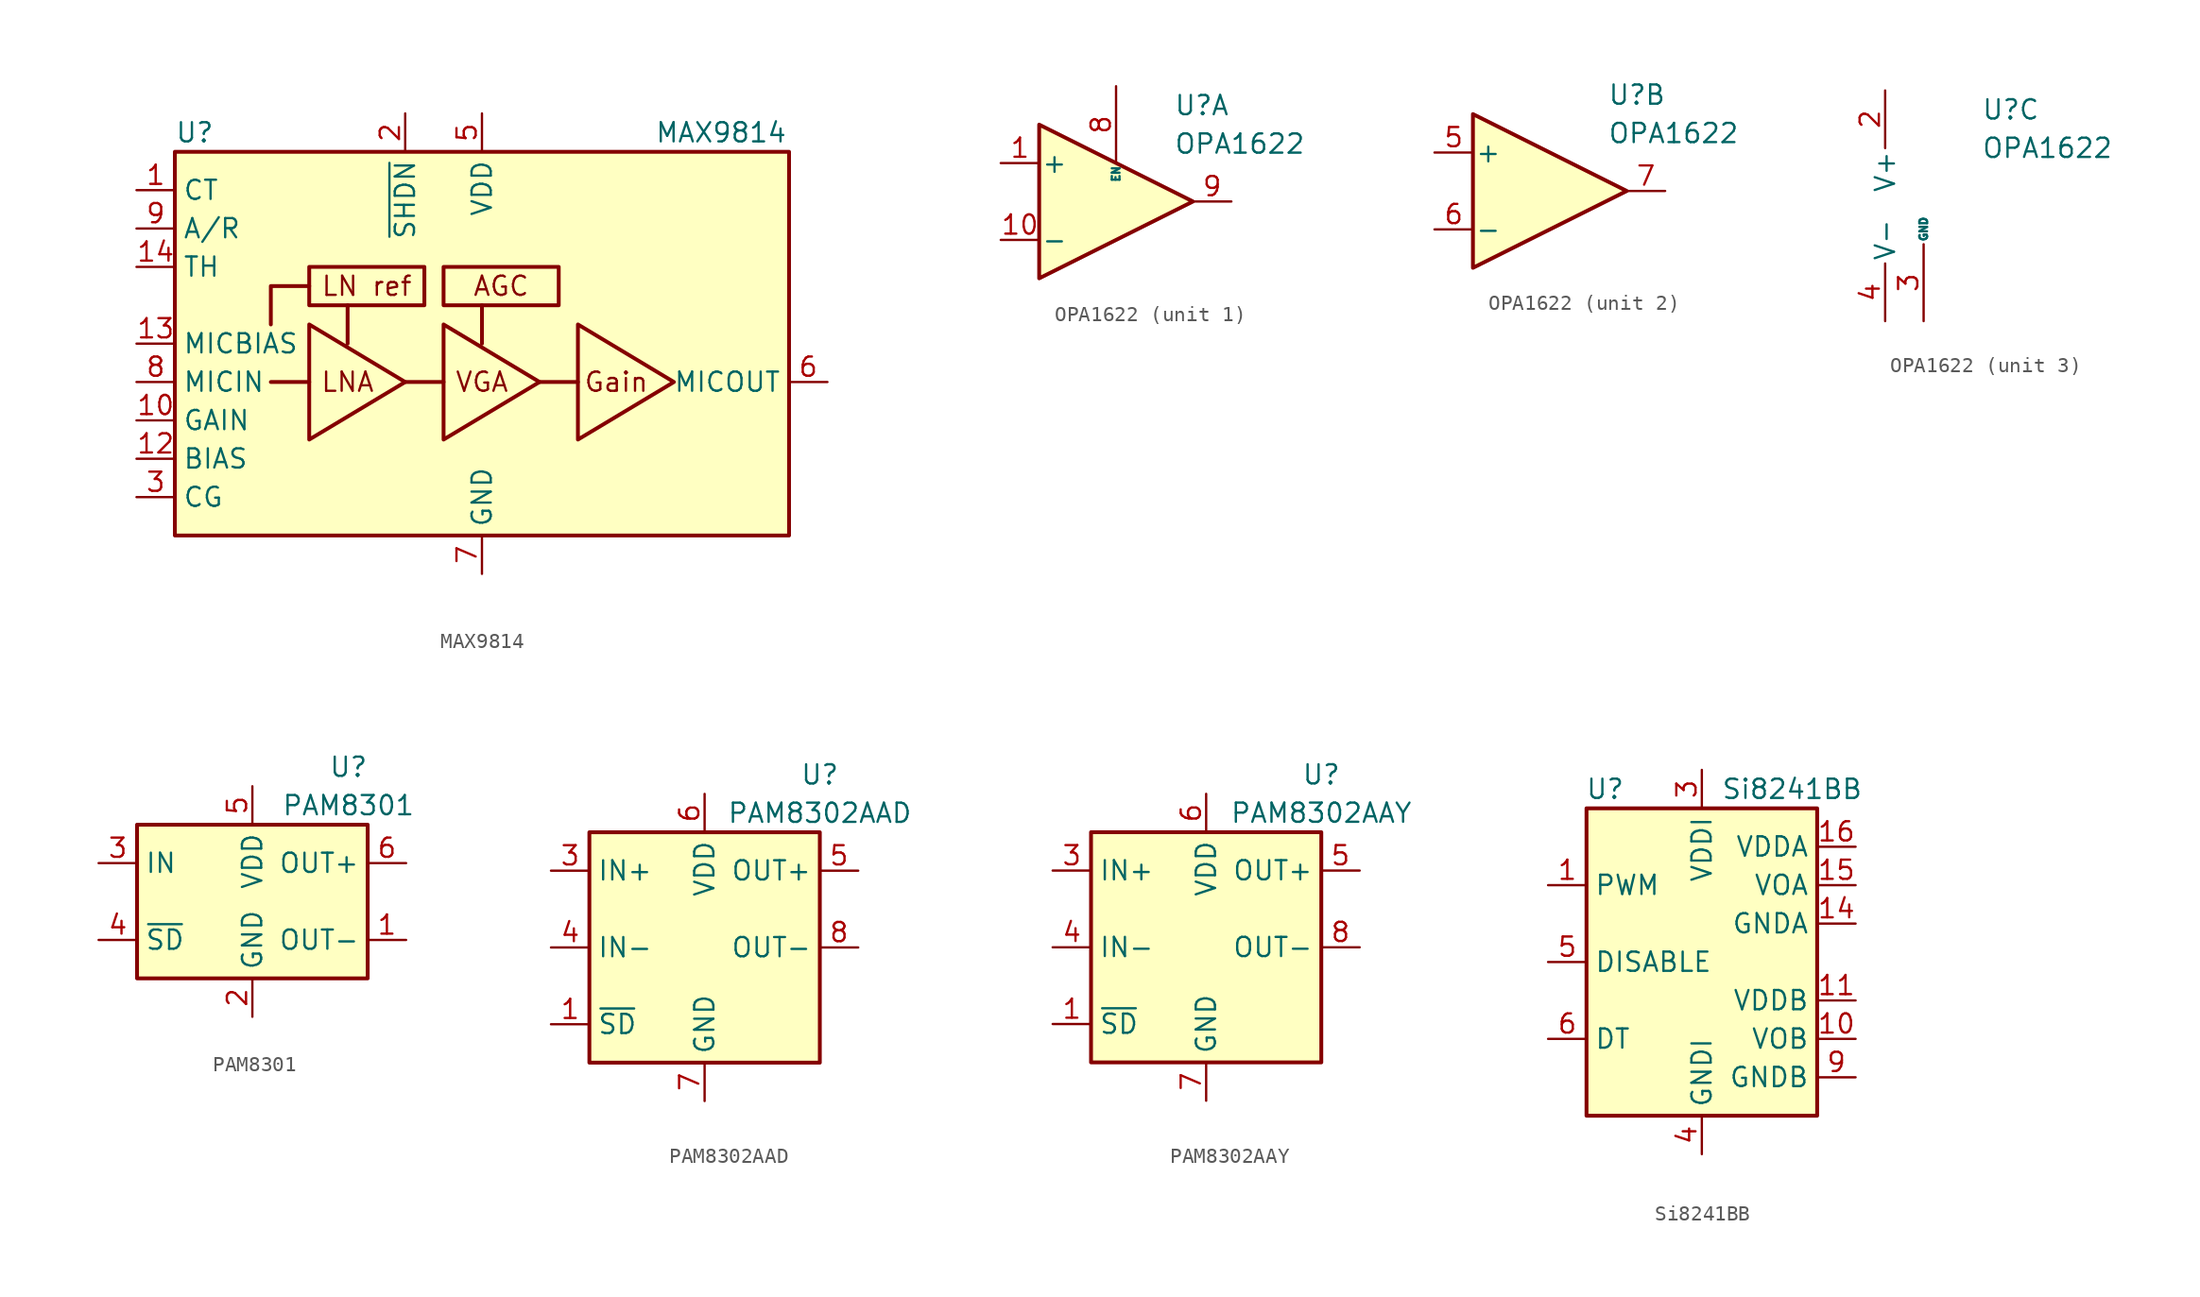
<source format=kicad_sym>
(kicad_symbol_lib
  (version 20241209)
  (generator "kicad_symbol_editor")
  (generator_version "9.0")
  (symbol "MAX9814"
    (property "Reference" "U"
      (at -20.32 13.97 0)
      (effects (font (size 1.27 1.27)) (justify left)))
    (property "Value" "MAX9814"
      (at 11.43 13.97 0)
      (effects (font (size 1.27 1.27)) (justify left)))
    (symbol "MAX9814_0_0"
      (rectangle (start -11.43 5.08) (end -3.81 2.54) (stroke (width 0.254) (type solid)) (fill (type none)))
      (polyline (pts (xy -11.43 3.81) (xy -13.97 3.81) (xy -13.97 1.27)) (stroke (width 0.254) (type solid)) (fill (type none)))
      (polyline (pts (xy -11.43 -2.54) (xy -13.97 -2.54)) (stroke (width 0.254) (type solid)) (fill (type none)))
      (polyline (pts (xy -8.89 2.54) (xy -8.89 0)) (stroke (width 0.254) (type solid)) (fill (type none)))
      (polyline (pts (xy -5.08 -2.54) (xy -11.43 1.27) (xy -11.43 -6.35) (xy -5.08 -2.54)) (stroke (width 0.254) (type solid)) (fill (type none)))
      (rectangle (start -2.54 5.08) (end 5.08 2.54) (stroke (width 0.254) (type solid)) (fill (type none)))
      (polyline (pts (xy -2.54 -2.54) (xy -5.08 -2.54)) (stroke (width 0.254) (type solid)) (fill (type none)))
      (polyline (pts (xy 0 2.54) (xy 0 0)) (stroke (width 0.254) (type solid)) (fill (type none)))
      (polyline (pts (xy 3.81 -2.54) (xy 6.35 -2.54)) (stroke (width 0.254) (type solid)) (fill (type none)))
      (polyline (pts (xy 3.81 -2.54) (xy -2.54 1.27) (xy -2.54 -6.35) (xy 3.81 -2.54)) (stroke (width 0.254) (type solid)) (fill (type none)))
      (polyline (pts (xy 12.7 -2.54) (xy 6.35 1.27) (xy 6.35 -6.35) (xy 12.7 -2.54)) (stroke (width 0.254) (type solid)) (fill (type none)))
      (text "LNA" (at -8.89 -2.54 0) (effects (font (size 1.27 1.27))))
      (text "LN ref" (at -7.62 3.81 0) (effects (font (size 1.27 1.27))))
      (text "VGA" (at 0 -2.54 0) (effects (font (size 1.27 1.27))))
      (text "AGC" (at 1.27 3.81 0) (effects (font (size 1.27 1.27))))
      (text "Gain" (at 8.89 -2.54 0) (effects (font (size 1.27 1.27)))))
    (symbol "MAX9814_0_1"
      (rectangle (start -20.32 12.7) (end 20.32 -12.7) (stroke (width 0.254) (type solid)) (fill (type background))))
    (symbol "MAX9814_1_1"
      (pin input line (at -22.86 10.16 0) (length 2.54) (name "CT" (effects (font (size 1.27 1.27)))) (number "1" (effects (font (size 1.27 1.27)))))
      (pin input line (at -22.86 7.62 0) (length 2.54) (name "A/R" (effects (font (size 1.27 1.27)))) (number "9" (effects (font (size 1.27 1.27)))))
      (pin input line (at -22.86 5.08 0) (length 2.54) (name "TH" (effects (font (size 1.27 1.27)))) (number "14" (effects (font (size 1.27 1.27)))))
      (pin output line (at -22.86 0 0) (length 2.54) (name "MICBIAS" (effects (font (size 1.27 1.27)))) (number "13" (effects (font (size 1.27 1.27)))))
      (pin input line (at -22.86 -2.54 0) (length 2.54) (name "MICIN" (effects (font (size 1.27 1.27)))) (number "8" (effects (font (size 1.27 1.27)))))
      (pin input line (at -22.86 -5.08 0) (length 2.54) (name "GAIN" (effects (font (size 1.27 1.27)))) (number "10" (effects (font (size 1.27 1.27)))))
      (pin passive line (at -22.86 -7.62 0) (length 2.54) (name "BIAS" (effects (font (size 1.27 1.27)))) (number "12" (effects (font (size 1.27 1.27)))))
      (pin passive line (at -22.86 -10.16 0) (length 2.54) (name "CG" (effects (font (size 1.27 1.27)))) (number "3" (effects (font (size 1.27 1.27)))))
      (pin input line (at -5.08 15.24 270) (length 2.54) (name "~{SHDN}" (effects (font (size 1.27 1.27)))) (number "2" (effects (font (size 1.27 1.27)))))
      (pin power_in line (at 0 15.24 270) (length 2.54) (name "VDD" (effects (font (size 1.27 1.27)))) (number "5" (effects (font (size 1.27 1.27)))))
      (pin passive line (at 0 -15.24 90) (length 2.54) (hide yes) (name "GND" (effects (font (size 1.27 1.27)))) (number "11" (effects (font (size 1.27 1.27)))))
      (pin passive line (at 0 -15.24 90) (length 2.54) (hide yes) (name "GND" (effects (font (size 1.27 1.27)))) (number "15" (effects (font (size 1.27 1.27)))))
      (pin passive line (at 0 -15.24 90) (length 2.54) (hide yes) (name "GND" (effects (font (size 1.27 1.27)))) (number "4" (effects (font (size 1.27 1.27)))))
      (pin power_in line (at 0 -15.24 90) (length 2.54) (name "GND" (effects (font (size 1.27 1.27)))) (number "7" (effects (font (size 1.27 1.27)))))
      (pin output line (at 22.86 -2.54 180) (length 2.54) (name "MICOUT" (effects (font (size 1.27 1.27)))) (number "6" (effects (font (size 1.27 1.27)))))))
  (symbol "OPA1622"
    (pin_names
      (offset 0.127))
    (property "Reference" "U"
      (at 3.81 6.35 0)
      (effects (font (size 1.27 1.27)) (justify left)))
    (property "Value" "OPA1622"
      (at 3.81 3.81 0)
      (effects (font (size 1.27 1.27)) (justify left)))
    (property "ki_locked" ""
      (at 0 0 0)
      (effects (font (size 1.27 1.27))))
    (symbol "OPA1622_1_1"
      (polyline (pts (xy -5.08 5.08) (xy 5.08 0) (xy -5.08 -5.08) (xy -5.08 5.08) (xy -5.08 5.08)) (stroke (width 0.254) (type solid)) (fill (type background)))
      (pin input line (at -7.62 2.54 0) (length 2.54) (name "+" (effects (font (size 1.27 1.27)))) (number "1" (effects (font (size 1.27 1.27)))))
      (pin input line (at -7.62 -2.54 0) (length 2.54) (name "-" (effects (font (size 1.27 1.27)))) (number "10" (effects (font (size 1.27 1.27)))))
      (pin input line (at 0 7.62 270) (length 5.08) (name "EN" (effects (font (size 0.508 0.508)))) (number "8" (effects (font (size 1.27 1.27)))))
      (pin output line (at 7.62 0 180) (length 2.54) (name "~" (effects (font (size 1.27 1.27)))) (number "9" (effects (font (size 1.27 1.27))))))
    (symbol "OPA1622_2_1"
      (polyline (pts (xy -5.08 5.08) (xy 5.08 0) (xy -5.08 -5.08) (xy -5.08 5.08) (xy -5.08 5.08)) (stroke (width 0.254) (type solid)) (fill (type background)))
      (pin input line (at -7.62 2.54 0) (length 2.54) (name "+" (effects (font (size 1.27 1.27)))) (number "5" (effects (font (size 1.27 1.27)))))
      (pin input line (at -7.62 -2.54 0) (length 2.54) (name "-" (effects (font (size 1.27 1.27)))) (number "6" (effects (font (size 1.27 1.27)))))
      (pin output line (at 7.62 0 180) (length 2.54) (name "~" (effects (font (size 1.27 1.27)))) (number "7" (effects (font (size 1.27 1.27))))))
    (symbol "OPA1622_3_1"
      (pin power_in line (at -2.54 7.62 270) (length 3.81) (name "V+" (effects (font (size 1.27 1.27)))) (number "2" (effects (font (size 1.27 1.27)))))
      (pin passive line (at -2.54 -7.62 90) (length 3.81) (hide yes) (name "V-" (effects (font (size 1.27 1.27)))) (number "11" (effects (font (size 1.27 1.27)))))
      (pin power_in line (at -2.54 -7.62 90) (length 3.81) (name "V-" (effects (font (size 1.27 1.27)))) (number "4" (effects (font (size 1.27 1.27)))))
      (pin power_in line (at 0 -7.62 90) (length 5.08) (name "GND" (effects (font (size 0.508 0.508)))) (number "3" (effects (font (size 1.27 1.27)))))))
  (symbol "PAM8301"
    (property "Reference" "U"
      (at 6.35 8.89 0)
      (effects (font (size 1.27 1.27))))
    (property "Value" "PAM8301"
      (at 6.35 6.35 0)
      (effects (font (size 1.27 1.27))))
    (symbol "PAM8301_0_1"
      (rectangle (start -7.62 5.08) (end 7.62 -5.08) (stroke (width 0.254) (type solid)) (fill (type background))))
    (symbol "PAM8301_1_1"
      (pin input line (at -10.16 2.54 0) (length 2.54) (name "IN" (effects (font (size 1.27 1.27)))) (number "3" (effects (font (size 1.27 1.27)))))
      (pin input line (at -10.16 -2.54 0) (length 2.54) (name "~{SD}" (effects (font (size 1.27 1.27)))) (number "4" (effects (font (size 1.27 1.27)))))
      (pin power_in line (at 0 7.62 270) (length 2.54) (name "VDD" (effects (font (size 1.27 1.27)))) (number "5" (effects (font (size 1.27 1.27)))))
      (pin power_in line (at 0 -7.62 90) (length 2.54) (name "GND" (effects (font (size 1.27 1.27)))) (number "2" (effects (font (size 1.27 1.27)))))
      (pin output line (at 10.16 2.54 180) (length 2.54) (name "OUT+" (effects (font (size 1.27 1.27)))) (number "6" (effects (font (size 1.27 1.27)))))
      (pin output line (at 10.16 -2.54 180) (length 2.54) (name "OUT-" (effects (font (size 1.27 1.27)))) (number "1" (effects (font (size 1.27 1.27)))))))
  (symbol "PAM8302AAD"
    (property "Reference" "U"
      (at 7.62 11.43 0)
      (effects (font (size 1.27 1.27))))
    (property "Value" "PAM8302AAD"
      (at 7.62 8.89 0)
      (effects (font (size 1.27 1.27))))
    (symbol "PAM8302AAD_0_1"
      (rectangle (start -7.62 7.62) (end 7.62 -7.62) (stroke (width 0.254) (type solid)) (fill (type background))))
    (symbol "PAM8302AAD_1_1"
      (pin input line (at -10.16 5.08 0) (length 2.54) (name "IN+" (effects (font (size 1.27 1.27)))) (number "3" (effects (font (size 1.27 1.27)))))
      (pin input line (at -10.16 0 0) (length 2.54) (name "IN-" (effects (font (size 1.27 1.27)))) (number "4" (effects (font (size 1.27 1.27)))))
      (pin input line (at -10.16 -5.08 0) (length 2.54) (name "~{SD}" (effects (font (size 1.27 1.27)))) (number "1" (effects (font (size 1.27 1.27)))))
      (pin power_in line (at 0 10.16 270) (length 2.54) (name "VDD" (effects (font (size 1.27 1.27)))) (number "6" (effects (font (size 1.27 1.27)))))
      (pin power_in line (at 0 -10.16 90) (length 2.54) (name "GND" (effects (font (size 1.27 1.27)))) (number "7" (effects (font (size 1.27 1.27)))))
      (pin no_connect line (at 7.62 -5.08 180) (length 2.54) (hide yes) (name "NC" (effects (font (size 1.27 1.27)))) (number "2" (effects (font (size 1.27 1.27)))))
      (pin output line (at 10.16 5.08 180) (length 2.54) (name "OUT+" (effects (font (size 1.27 1.27)))) (number "5" (effects (font (size 1.27 1.27)))))
      (pin output line (at 10.16 0 180) (length 2.54) (name "OUT-" (effects (font (size 1.27 1.27)))) (number "8" (effects (font (size 1.27 1.27)))))))
  (symbol "PAM8302AAY"
    (property "Reference" "U"
      (at 7.62 11.43 0)
      (effects (font (size 1.27 1.27))))
    (property "Value" "PAM8302AAY"
      (at 7.62 8.89 0)
      (effects (font (size 1.27 1.27))))
    (symbol "PAM8302AAY_0_1"
      (rectangle (start -7.62 7.62) (end 7.62 -7.62) (stroke (width 0.254) (type solid)) (fill (type background))))
    (symbol "PAM8302AAY_1_1"
      (pin input line (at -10.16 5.08 0) (length 2.54) (name "IN+" (effects (font (size 1.27 1.27)))) (number "3" (effects (font (size 1.27 1.27)))))
      (pin input line (at -10.16 0 0) (length 2.54) (name "IN-" (effects (font (size 1.27 1.27)))) (number "4" (effects (font (size 1.27 1.27)))))
      (pin input line (at -10.16 -5.08 0) (length 2.54) (name "~{SD}" (effects (font (size 1.27 1.27)))) (number "1" (effects (font (size 1.27 1.27)))))
      (pin power_in line (at 0 10.16 270) (length 2.54) (name "VDD" (effects (font (size 1.27 1.27)))) (number "6" (effects (font (size 1.27 1.27)))))
      (pin power_in line (at 0 -10.16 90) (length 2.54) (name "GND" (effects (font (size 1.27 1.27)))) (number "7" (effects (font (size 1.27 1.27)))))
      (pin no_connect line (at 7.62 -5.08 180) (length 2.54) (hide yes) (name "NC" (effects (font (size 1.27 1.27)))) (number "2" (effects (font (size 1.27 1.27)))))
      (pin output line (at 10.16 5.08 180) (length 2.54) (name "OUT+" (effects (font (size 1.27 1.27)))) (number "5" (effects (font (size 1.27 1.27)))))
      (pin output line (at 10.16 0 180) (length 2.54) (name "OUT-" (effects (font (size 1.27 1.27)))) (number "8" (effects (font (size 1.27 1.27)))))))
  (symbol "Si8241BB"
    (property "Reference" "U"
      (at -5.08 11.43 0)
      (effects (font (size 1.27 1.27)) (justify right)))
    (property "Value" "Si8241BB"
      (at 1.27 11.43 0)
      (effects (font (size 1.27 1.27)) (justify left)))
    (symbol "Si8241BB_0_1"
      (rectangle (start -7.62 10.16) (end 7.62 -10.16) (stroke (width 0.254) (type solid)) (fill (type background))))
    (symbol "Si8241BB_1_1"
      (pin input line (at -10.16 5.08 0) (length 2.54) (name "PWM" (effects (font (size 1.27 1.27)))) (number "1" (effects (font (size 1.27 1.27)))))
      (pin input line (at -10.16 0 0) (length 2.54) (name "DISABLE" (effects (font (size 1.27 1.27)))) (number "5" (effects (font (size 1.27 1.27)))))
      (pin passive line (at -10.16 -5.08 0) (length 2.54) (name "DT" (effects (font (size 1.27 1.27)))) (number "6" (effects (font (size 1.27 1.27)))))
      (pin no_connect line (at -7.62 7.62 0) (length 2.54) (hide yes) (name "NC" (effects (font (size 1.27 1.27)))) (number "2" (effects (font (size 1.27 1.27)))))
      (pin no_connect line (at -7.62 2.54 0) (length 2.54) (hide yes) (name "NC" (effects (font (size 1.27 1.27)))) (number "7" (effects (font (size 1.27 1.27)))))
      (pin no_connect line (at -7.62 -2.54 0) (length 2.54) (hide yes) (name "NC" (effects (font (size 1.27 1.27)))) (number "12" (effects (font (size 1.27 1.27)))))
      (pin no_connect line (at -7.62 -7.62 0) (length 2.54) (hide yes) (name "NC" (effects (font (size 1.27 1.27)))) (number "13" (effects (font (size 1.27 1.27)))))
      (pin power_in line (at 0 12.7 270) (length 2.54) (name "VDDI" (effects (font (size 1.27 1.27)))) (number "3" (effects (font (size 1.27 1.27)))))
      (pin passive line (at 0 12.7 270) (length 2.54) (hide yes) (name "VDDI" (effects (font (size 1.27 1.27)))) (number "8" (effects (font (size 1.27 1.27)))))
      (pin power_in line (at 0 -12.7 90) (length 2.54) (name "GNDI" (effects (font (size 1.27 1.27)))) (number "4" (effects (font (size 1.27 1.27)))))
      (pin power_in line (at 10.16 7.62 180) (length 2.54) (name "VDDA" (effects (font (size 1.27 1.27)))) (number "16" (effects (font (size 1.27 1.27)))))
      (pin output line (at 10.16 5.08 180) (length 2.54) (name "VOA" (effects (font (size 1.27 1.27)))) (number "15" (effects (font (size 1.27 1.27)))))
      (pin power_in line (at 10.16 2.54 180) (length 2.54) (name "GNDA" (effects (font (size 1.27 1.27)))) (number "14" (effects (font (size 1.27 1.27)))))
      (pin power_in line (at 10.16 -2.54 180) (length 2.54) (name "VDDB" (effects (font (size 1.27 1.27)))) (number "11" (effects (font (size 1.27 1.27)))))
      (pin output line (at 10.16 -5.08 180) (length 2.54) (name "VOB" (effects (font (size 1.27 1.27)))) (number "10" (effects (font (size 1.27 1.27)))))
      (pin power_in line (at 10.16 -7.62 180) (length 2.54) (name "GNDB" (effects (font (size 1.27 1.27)))) (number "9" (effects (font (size 1.27 1.27))))))))
</source>
